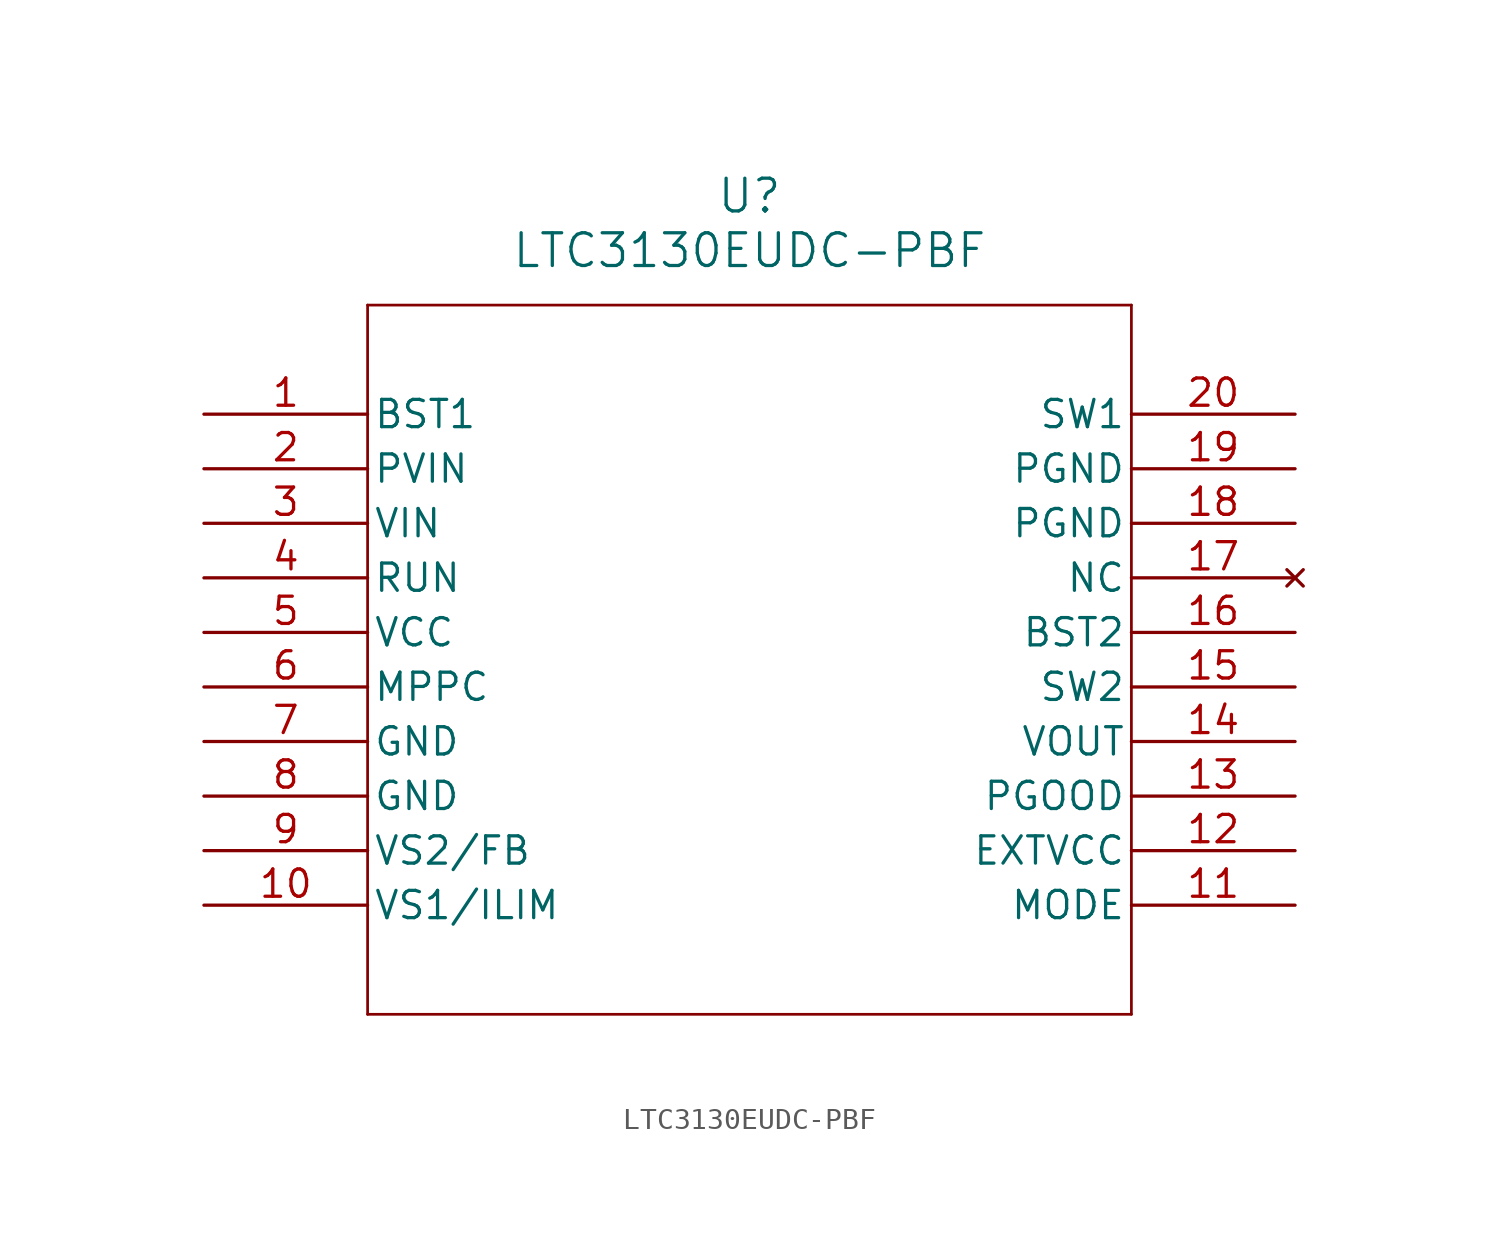
<source format=kicad_sym>
(kicad_symbol_lib
  (version 20231120)
  (generator "kicad_symbol_editor")
  (generator_version "8.0")
  (symbol "LTC3130EUDC-PBF"
    (pin_names
      (offset 0.254))
    (property "Reference" "U"
      (at 25.4 10.16 0)
      (effects (font (size 1.524 1.524))))
    (property "Value" "LTC3130EUDC-PBF"
      (at 25.4 7.62 0)
      (effects (font (size 1.524 1.524))))
    (property "ki_locked" ""
      (at 0 0 0)
      (effects (font (size 1.27 1.27))))
    (symbol "LTC3130EUDC-PBF_0_1"
      (polyline (pts (xy 7.62 -27.94) (xy 43.18 -27.94)) (stroke (width 0.127) (type default)) (fill (type none)))
      (polyline (pts (xy 7.62 5.08) (xy 7.62 -27.94)) (stroke (width 0.127) (type default)) (fill (type none)))
      (polyline (pts (xy 43.18 -27.94) (xy 43.18 5.08)) (stroke (width 0.127) (type default)) (fill (type none)))
      (polyline (pts (xy 43.18 5.08) (xy 7.62 5.08)) (stroke (width 0.127) (type default)) (fill (type none)))
      (pin bidirectional line (at 0 -22.86 0) (length 7.62) (name "VS1/ILIM" (effects (font (size 1.27 1.27)))) (number "10" (effects (font (size 1.27 1.27)))))
      (pin input line (at 50.8 -20.32 180) (length 7.62) (name "EXTVCC" (effects (font (size 1.27 1.27)))) (number "12" (effects (font (size 1.27 1.27)))))
      (pin output line (at 50.8 -17.78 180) (length 7.62) (name "PGOOD" (effects (font (size 1.27 1.27)))) (number "13" (effects (font (size 1.27 1.27)))))
      (pin output line (at 50.8 -15.24 180) (length 7.62) (name "VOUT" (effects (font (size 1.27 1.27)))) (number "14" (effects (font (size 1.27 1.27)))))
      (pin no_connect line (at 50.8 -7.62 180) (length 7.62) (name "NC" (effects (font (size 1.27 1.27)))) (number "17" (effects (font (size 1.27 1.27)))))
      (pin input line (at 0 -2.54 0) (length 7.62) (name "PVIN" (effects (font (size 1.27 1.27)))) (number "2" (effects (font (size 1.27 1.27)))))
      (pin input line (at 0 -5.08 0) (length 7.62) (name "VIN" (effects (font (size 1.27 1.27)))) (number "3" (effects (font (size 1.27 1.27)))))
      (pin input line (at 0 -7.62 0) (length 7.62) (name "RUN" (effects (font (size 1.27 1.27)))) (number "4" (effects (font (size 1.27 1.27)))))
      (pin bidirectional line (at 0 -20.32 0) (length 7.62) (name "VS2/FB" (effects (font (size 1.27 1.27)))) (number "9" (effects (font (size 1.27 1.27))))))
    (symbol "LTC3130EUDC-PBF_1_1"
      (pin passive line (at 0 0 0) (length 7.62) (name "BST1" (effects (font (size 1.27 1.27)))) (number "1" (effects (font (size 1.27 1.27)))))
      (pin passive line (at 50.8 -22.86 180) (length 7.62) (name "MODE" (effects (font (size 1.27 1.27)))) (number "11" (effects (font (size 1.27 1.27)))))
      (pin passive line (at 50.8 -12.7 180) (length 7.62) (name "SW2" (effects (font (size 1.27 1.27)))) (number "15" (effects (font (size 1.27 1.27)))))
      (pin passive line (at 50.8 -10.16 180) (length 7.62) (name "BST2" (effects (font (size 1.27 1.27)))) (number "16" (effects (font (size 1.27 1.27)))))
      (pin passive line (at 50.8 -5.08 180) (length 7.62) (name "PGND" (effects (font (size 1.27 1.27)))) (number "18" (effects (font (size 1.27 1.27)))))
      (pin passive line (at 50.8 -2.54 180) (length 7.62) (name "PGND" (effects (font (size 1.27 1.27)))) (number "19" (effects (font (size 1.27 1.27)))))
      (pin passive line (at 50.8 0 180) (length 7.62) (name "SW1" (effects (font (size 1.27 1.27)))) (number "20" (effects (font (size 1.27 1.27)))))
      (pin passive line (at 0 -10.16 0) (length 7.62) (name "VCC" (effects (font (size 1.27 1.27)))) (number "5" (effects (font (size 1.27 1.27)))))
      (pin passive line (at 0 -12.7 0) (length 7.62) (name "MPPC" (effects (font (size 1.27 1.27)))) (number "6" (effects (font (size 1.27 1.27)))))
      (pin passive line (at 0 -15.24 0) (length 7.62) (name "GND" (effects (font (size 1.27 1.27)))) (number "7" (effects (font (size 1.27 1.27)))))
      (pin passive line (at 0 -17.78 0) (length 7.62) (name "GND" (effects (font (size 1.27 1.27)))) (number "8" (effects (font (size 1.27 1.27))))))))
</source>
